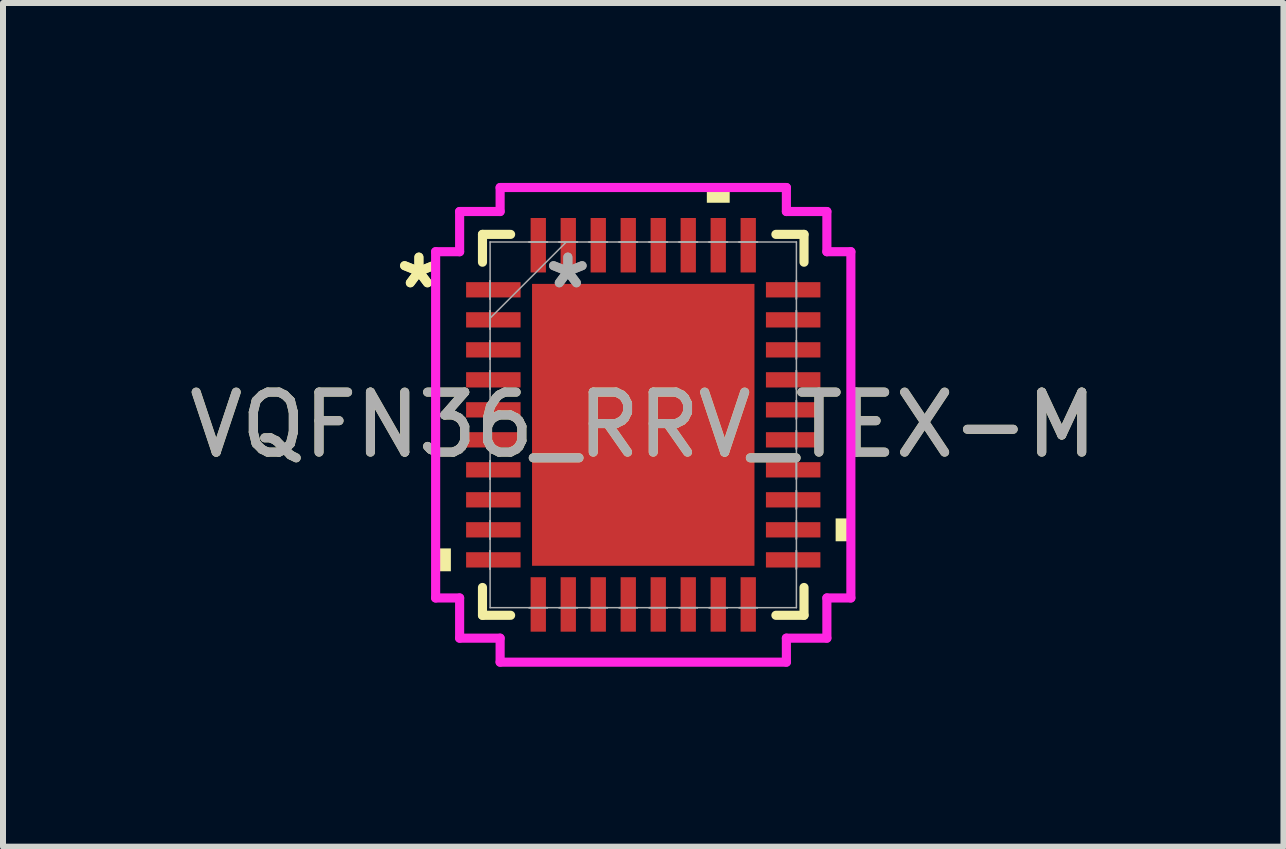
<source format=kicad_pcb>
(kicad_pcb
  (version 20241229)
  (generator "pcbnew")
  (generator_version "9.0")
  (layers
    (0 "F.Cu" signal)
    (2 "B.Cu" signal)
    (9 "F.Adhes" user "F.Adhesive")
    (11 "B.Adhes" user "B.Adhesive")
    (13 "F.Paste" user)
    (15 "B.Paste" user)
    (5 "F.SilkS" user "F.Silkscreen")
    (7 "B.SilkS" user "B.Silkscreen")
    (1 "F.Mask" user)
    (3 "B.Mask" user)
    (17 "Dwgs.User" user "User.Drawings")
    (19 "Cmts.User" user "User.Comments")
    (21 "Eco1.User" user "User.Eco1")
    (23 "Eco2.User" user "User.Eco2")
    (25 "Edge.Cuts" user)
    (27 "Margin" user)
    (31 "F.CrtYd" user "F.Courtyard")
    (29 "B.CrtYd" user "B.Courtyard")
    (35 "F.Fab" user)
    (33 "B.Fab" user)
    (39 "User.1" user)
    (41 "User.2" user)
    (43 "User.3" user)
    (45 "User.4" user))
  (footprint "VQFN36_RRV_TEX-M"
    (layer "F.Cu")
    (at 7.673 4.032)
    (property "Reference" "VQFN36_RRV_TEX-M" (at 0 0 0) (unlocked yes) (layer "F.SilkS") (effects (font (size 1 1) (thickness 0.15))))
    (attr smd)
    (fp_line (start -2.68 -3.175) (end -2.68 -2.711) (stroke (width 0.152) (type solid)) (layer "F.SilkS"))
    (fp_line (start -2.68 2.711) (end -2.68 3.175) (stroke (width 0.152) (type solid)) (layer "F.SilkS"))
    (fp_line (start -2.68 3.175) (end -2.211 3.175) (stroke (width 0.152) (type solid)) (layer "F.SilkS"))
    (fp_line (start -2.211 -3.175) (end -2.68 -3.175) (stroke (width 0.152) (type solid)) (layer "F.SilkS"))
    (fp_line (start 2.211 3.175) (end 2.68 3.175) (stroke (width 0.152) (type solid)) (layer "F.SilkS"))
    (fp_line (start 2.68 -3.175) (end 2.211 -3.175) (stroke (width 0.152) (type solid)) (layer "F.SilkS"))
    (fp_line (start 2.68 -2.711) (end 2.68 -3.175) (stroke (width 0.152) (type solid)) (layer "F.SilkS"))
    (fp_line (start 2.68 3.175) (end 2.68 2.711) (stroke (width 0.152) (type solid)) (layer "F.SilkS"))
    (fp_poly (pts (xy -3.461 2.06) (xy -3.461 2.441) (xy -3.207 2.441) (xy -3.207 2.06)) (stroke (width 0) (type solid)) (fill yes) (layer "F.SilkS"))
    (fp_poly (pts (xy 1.06 -3.702) (xy 1.06 -3.956) (xy 1.441 -3.956) (xy 1.441 -3.702)) (stroke (width 0) (type solid)) (fill yes) (layer "F.SilkS"))
    (fp_poly (pts (xy 3.461 1.56) (xy 3.461 1.941) (xy 3.207 1.941) (xy 3.207 1.56)) (stroke (width 0) (type solid)) (fill yes) (layer "F.SilkS"))
    (fp_line (start -3.461 -2.886) (end -3.061 -2.886) (stroke (width 0.152) (type solid)) (layer "F.CrtYd"))
    (fp_line (start -3.461 2.886) (end -3.461 -2.886) (stroke (width 0.152) (type solid)) (layer "F.CrtYd"))
    (fp_line (start -3.061 -3.556) (end -2.386 -3.556) (stroke (width 0.152) (type solid)) (layer "F.CrtYd"))
    (fp_line (start -3.061 -2.886) (end -3.061 -3.556) (stroke (width 0.152) (type solid)) (layer "F.CrtYd"))
    (fp_line (start -3.061 2.886) (end -3.461 2.886) (stroke (width 0.152) (type solid)) (layer "F.CrtYd"))
    (fp_line (start -3.061 3.556) (end -3.061 2.886) (stroke (width 0.152) (type solid)) (layer "F.CrtYd"))
    (fp_line (start -2.386 -3.956) (end 2.386 -3.956) (stroke (width 0.152) (type solid)) (layer "F.CrtYd"))
    (fp_line (start -2.386 -3.556) (end -2.386 -3.956) (stroke (width 0.152) (type solid)) (layer "F.CrtYd"))
    (fp_line (start -2.386 3.556) (end -3.061 3.556) (stroke (width 0.152) (type solid)) (layer "F.CrtYd"))
    (fp_line (start -2.386 3.956) (end -2.386 3.556) (stroke (width 0.152) (type solid)) (layer "F.CrtYd"))
    (fp_line (start 2.386 -3.956) (end 2.386 -3.556) (stroke (width 0.152) (type solid)) (layer "F.CrtYd"))
    (fp_line (start 2.386 -3.556) (end 3.061 -3.556) (stroke (width 0.152) (type solid)) (layer "F.CrtYd"))
    (fp_line (start 2.386 3.556) (end 2.386 3.956) (stroke (width 0.152) (type solid)) (layer "F.CrtYd"))
    (fp_line (start 2.386 3.956) (end -2.386 3.956) (stroke (width 0.152) (type solid)) (layer "F.CrtYd"))
    (fp_line (start 3.061 -3.556) (end 3.061 -2.886) (stroke (width 0.152) (type solid)) (layer "F.CrtYd"))
    (fp_line (start 3.061 -2.886) (end 3.461 -2.886) (stroke (width 0.152) (type solid)) (layer "F.CrtYd"))
    (fp_line (start 3.061 2.886) (end 3.061 3.556) (stroke (width 0.152) (type solid)) (layer "F.CrtYd"))
    (fp_line (start 3.061 3.556) (end 2.386 3.556) (stroke (width 0.152) (type solid)) (layer "F.CrtYd"))
    (fp_line (start 3.461 -2.886) (end 3.461 2.886) (stroke (width 0.152) (type solid)) (layer "F.CrtYd"))
    (fp_line (start 3.461 2.886) (end 3.061 2.886) (stroke (width 0.152) (type solid)) (layer "F.CrtYd"))
    (fp_line (start -2.553 -3.048) (end -2.553 3.048) (stroke (width 0.025) (type solid)) (layer "F.Fab"))
    (fp_line (start -2.553 -2.403) (end -2.553 -2.403) (stroke (width 0.025) (type solid)) (layer "F.Fab"))
    (fp_line (start -2.553 -2.403) (end -2.553 -2.098) (stroke (width 0.025) (type solid)) (layer "F.Fab"))
    (fp_line (start -2.553 -2.098) (end -2.553 -2.403) (stroke (width 0.025) (type solid)) (layer "F.Fab"))
    (fp_line (start -2.553 -2.098) (end -2.553 -2.098) (stroke (width 0.025) (type solid)) (layer "F.Fab"))
    (fp_line (start -2.553 -1.903) (end -2.553 -1.903) (stroke (width 0.025) (type solid)) (layer "F.Fab"))
    (fp_line (start -2.553 -1.903) (end -2.553 -1.598) (stroke (width 0.025) (type solid)) (layer "F.Fab"))
    (fp_line (start -2.553 -1.778) (end -1.283 -3.048) (stroke (width 0.025) (type solid)) (layer "F.Fab"))
    (fp_line (start -2.553 -1.598) (end -2.553 -1.903) (stroke (width 0.025) (type solid)) (layer "F.Fab"))
    (fp_line (start -2.553 -1.598) (end -2.553 -1.598) (stroke (width 0.025) (type solid)) (layer "F.Fab"))
    (fp_line (start -2.553 -1.403) (end -2.553 -1.403) (stroke (width 0.025) (type solid)) (layer "F.Fab"))
    (fp_line (start -2.553 -1.403) (end -2.553 -1.098) (stroke (width 0.025) (type solid)) (layer "F.Fab"))
    (fp_line (start -2.553 -1.098) (end -2.553 -1.403) (stroke (width 0.025) (type solid)) (layer "F.Fab"))
    (fp_line (start -2.553 -1.098) (end -2.553 -1.098) (stroke (width 0.025) (type solid)) (layer "F.Fab"))
    (fp_line (start -2.553 -0.903) (end -2.553 -0.903) (stroke (width 0.025) (type solid)) (layer "F.Fab"))
    (fp_line (start -2.553 -0.903) (end -2.553 -0.598) (stroke (width 0.025) (type solid)) (layer "F.Fab"))
    (fp_line (start -2.553 -0.598) (end -2.553 -0.903) (stroke (width 0.025) (type solid)) (layer "F.Fab"))
    (fp_line (start -2.553 -0.598) (end -2.553 -0.598) (stroke (width 0.025) (type solid)) (layer "F.Fab"))
    (fp_line (start -2.553 -0.402) (end -2.553 -0.402) (stroke (width 0.025) (type solid)) (layer "F.Fab"))
    (fp_line (start -2.553 -0.402) (end -2.553 -0.098) (stroke (width 0.025) (type solid)) (layer "F.Fab"))
    (fp_line (start -2.553 -0.098) (end -2.553 -0.402) (stroke (width 0.025) (type solid)) (layer "F.Fab"))
    (fp_line (start -2.553 -0.098) (end -2.553 -0.098) (stroke (width 0.025) (type solid)) (layer "F.Fab"))
    (fp_line (start -2.553 0.098) (end -2.553 0.098) (stroke (width 0.025) (type solid)) (layer "F.Fab"))
    (fp_line (start -2.553 0.098) (end -2.553 0.402) (stroke (width 0.025) (type solid)) (layer "F.Fab"))
    (fp_line (start -2.553 0.402) (end -2.553 0.098) (stroke (width 0.025) (type solid)) (layer "F.Fab"))
    (fp_line (start -2.553 0.402) (end -2.553 0.402) (stroke (width 0.025) (type solid)) (layer "F.Fab"))
    (fp_line (start -2.553 0.598) (end -2.553 0.598) (stroke (width 0.025) (type solid)) (layer "F.Fab"))
    (fp_line (start -2.553 0.598) (end -2.553 0.903) (stroke (width 0.025) (type solid)) (layer "F.Fab"))
    (fp_line (start -2.553 0.903) (end -2.553 0.598) (stroke (width 0.025) (type solid)) (layer "F.Fab"))
    (fp_line (start -2.553 0.903) (end -2.553 0.903) (stroke (width 0.025) (type solid)) (layer "F.Fab"))
    (fp_line (start -2.553 1.098) (end -2.553 1.098) (stroke (width 0.025) (type solid)) (layer "F.Fab"))
    (fp_line (start -2.553 1.098) (end -2.553 1.403) (stroke (width 0.025) (type solid)) (layer "F.Fab"))
    (fp_line (start -2.553 1.403) (end -2.553 1.098) (stroke (width 0.025) (type solid)) (layer "F.Fab"))
    (fp_line (start -2.553 1.403) (end -2.553 1.403) (stroke (width 0.025) (type solid)) (layer "F.Fab"))
    (fp_line (start -2.553 1.598) (end -2.553 1.598) (stroke (width 0.025) (type solid)) (layer "F.Fab"))
    (fp_line (start -2.553 1.598) (end -2.553 1.903) (stroke (width 0.025) (type solid)) (layer "F.Fab"))
    (fp_line (start -2.553 1.903) (end -2.553 1.598) (stroke (width 0.025) (type solid)) (layer "F.Fab"))
    (fp_line (start -2.553 1.903) (end -2.553 1.903) (stroke (width 0.025) (type solid)) (layer "F.Fab"))
    (fp_line (start -2.553 2.098) (end -2.553 2.098) (stroke (width 0.025) (type solid)) (layer "F.Fab"))
    (fp_line (start -2.553 2.098) (end -2.553 2.403) (stroke (width 0.025) (type solid)) (layer "F.Fab"))
    (fp_line (start -2.553 2.403) (end -2.553 2.098) (stroke (width 0.025) (type solid)) (layer "F.Fab"))
    (fp_line (start -2.553 2.403) (end -2.553 2.403) (stroke (width 0.025) (type solid)) (layer "F.Fab"))
    (fp_line (start -2.553 3.048) (end 2.553 3.048) (stroke (width 0.025) (type solid)) (layer "F.Fab"))
    (fp_line (start -1.903 -3.048) (end -1.903 -3.048) (stroke (width 0.025) (type solid)) (layer "F.Fab"))
    (fp_line (start -1.903 -3.048) (end -1.598 -3.048) (stroke (width 0.025) (type solid)) (layer "F.Fab"))
    (fp_line (start -1.903 3.048) (end -1.903 3.048) (stroke (width 0.025) (type solid)) (layer "F.Fab"))
    (fp_line (start -1.903 3.048) (end -1.598 3.048) (stroke (width 0.025) (type solid)) (layer "F.Fab"))
    (fp_line (start -1.598 -3.048) (end -1.903 -3.048) (stroke (width 0.025) (type solid)) (layer "F.Fab"))
    (fp_line (start -1.598 -3.048) (end -1.598 -3.048) (stroke (width 0.025) (type solid)) (layer "F.Fab"))
    (fp_line (start -1.598 3.048) (end -1.903 3.048) (stroke (width 0.025) (type solid)) (layer "F.Fab"))
    (fp_line (start -1.598 3.048) (end -1.598 3.048) (stroke (width 0.025) (type solid)) (layer "F.Fab"))
    (fp_line (start -1.403 -3.048) (end -1.403 -3.048) (stroke (width 0.025) (type solid)) (layer "F.Fab"))
    (fp_line (start -1.403 -3.048) (end -1.098 -3.048) (stroke (width 0.025) (type solid)) (layer "F.Fab"))
    (fp_line (start -1.403 3.048) (end -1.403 3.048) (stroke (width 0.025) (type solid)) (layer "F.Fab"))
    (fp_line (start -1.403 3.048) (end -1.098 3.048) (stroke (width 0.025) (type solid)) (layer "F.Fab"))
    (fp_line (start -1.098 -3.048) (end -1.403 -3.048) (stroke (width 0.025) (type solid)) (layer "F.Fab"))
    (fp_line (start -1.098 -3.048) (end -1.098 -3.048) (stroke (width 0.025) (type solid)) (layer "F.Fab"))
    (fp_line (start -1.098 3.048) (end -1.403 3.048) (stroke (width 0.025) (type solid)) (layer "F.Fab"))
    (fp_line (start -1.098 3.048) (end -1.098 3.048) (stroke (width 0.025) (type solid)) (layer "F.Fab"))
    (fp_line (start -0.903 -3.048) (end -0.903 -3.048) (stroke (width 0.025) (type solid)) (layer "F.Fab"))
    (fp_line (start -0.903 -3.048) (end -0.598 -3.048) (stroke (width 0.025) (type solid)) (layer "F.Fab"))
    (fp_line (start -0.903 3.048) (end -0.903 3.048) (stroke (width 0.025) (type solid)) (layer "F.Fab"))
    (fp_line (start -0.903 3.048) (end -0.598 3.048) (stroke (width 0.025) (type solid)) (layer "F.Fab"))
    (fp_line (start -0.598 -3.048) (end -0.903 -3.048) (stroke (width 0.025) (type solid)) (layer "F.Fab"))
    (fp_line (start -0.598 -3.048) (end -0.598 -3.048) (stroke (width 0.025) (type solid)) (layer "F.Fab"))
    (fp_line (start -0.598 3.048) (end -0.903 3.048) (stroke (width 0.025) (type solid)) (layer "F.Fab"))
    (fp_line (start -0.598 3.048) (end -0.598 3.048) (stroke (width 0.025) (type solid)) (layer "F.Fab"))
    (fp_line (start -0.402 -3.048) (end -0.402 -3.048) (stroke (width 0.025) (type solid)) (layer "F.Fab"))
    (fp_line (start -0.402 -3.048) (end -0.098 -3.048) (stroke (width 0.025) (type solid)) (layer "F.Fab"))
    (fp_line (start -0.402 3.048) (end -0.402 3.048) (stroke (width 0.025) (type solid)) (layer "F.Fab"))
    (fp_line (start -0.402 3.048) (end -0.098 3.048) (stroke (width 0.025) (type solid)) (layer "F.Fab"))
    (fp_line (start -0.098 -3.048) (end -0.402 -3.048) (stroke (width 0.025) (type solid)) (layer "F.Fab"))
    (fp_line (start -0.098 -3.048) (end -0.098 -3.048) (stroke (width 0.025) (type solid)) (layer "F.Fab"))
    (fp_line (start -0.098 3.048) (end -0.402 3.048) (stroke (width 0.025) (type solid)) (layer "F.Fab"))
    (fp_line (start -0.098 3.048) (end -0.098 3.048) (stroke (width 0.025) (type solid)) (layer "F.Fab"))
    (fp_line (start 0.098 -3.048) (end 0.098 -3.048) (stroke (width 0.025) (type solid)) (layer "F.Fab"))
    (fp_line (start 0.098 -3.048) (end 0.402 -3.048) (stroke (width 0.025) (type solid)) (layer "F.Fab"))
    (fp_line (start 0.098 3.048) (end 0.098 3.048) (stroke (width 0.025) (type solid)) (layer "F.Fab"))
    (fp_line (start 0.098 3.048) (end 0.402 3.048) (stroke (width 0.025) (type solid)) (layer "F.Fab"))
    (fp_line (start 0.402 -3.048) (end 0.098 -3.048) (stroke (width 0.025) (type solid)) (layer "F.Fab"))
    (fp_line (start 0.402 -3.048) (end 0.402 -3.048) (stroke (width 0.025) (type solid)) (layer "F.Fab"))
    (fp_line (start 0.402 3.048) (end 0.098 3.048) (stroke (width 0.025) (type solid)) (layer "F.Fab"))
    (fp_line (start 0.402 3.048) (end 0.402 3.048) (stroke (width 0.025) (type solid)) (layer "F.Fab"))
    (fp_line (start 0.598 -3.048) (end 0.598 -3.048) (stroke (width 0.025) (type solid)) (layer "F.Fab"))
    (fp_line (start 0.598 -3.048) (end 0.903 -3.048) (stroke (width 0.025) (type solid)) (layer "F.Fab"))
    (fp_line (start 0.598 3.048) (end 0.598 3.048) (stroke (width 0.025) (type solid)) (layer "F.Fab"))
    (fp_line (start 0.598 3.048) (end 0.903 3.048) (stroke (width 0.025) (type solid)) (layer "F.Fab"))
    (fp_line (start 0.903 -3.048) (end 0.598 -3.048) (stroke (width 0.025) (type solid)) (layer "F.Fab"))
    (fp_line (start 0.903 -3.048) (end 0.903 -3.048) (stroke (width 0.025) (type solid)) (layer "F.Fab"))
    (fp_line (start 0.903 3.048) (end 0.598 3.048) (stroke (width 0.025) (type solid)) (layer "F.Fab"))
    (fp_line (start 0.903 3.048) (end 0.903 3.048) (stroke (width 0.025) (type solid)) (layer "F.Fab"))
    (fp_line (start 1.098 -3.048) (end 1.098 -3.048) (stroke (width 0.025) (type solid)) (layer "F.Fab"))
    (fp_line (start 1.098 -3.048) (end 1.403 -3.048) (stroke (width 0.025) (type solid)) (layer "F.Fab"))
    (fp_line (start 1.098 3.048) (end 1.098 3.048) (stroke (width 0.025) (type solid)) (layer "F.Fab"))
    (fp_line (start 1.098 3.048) (end 1.403 3.048) (stroke (width 0.025) (type solid)) (layer "F.Fab"))
    (fp_line (start 1.403 -3.048) (end 1.098 -3.048) (stroke (width 0.025) (type solid)) (layer "F.Fab"))
    (fp_line (start 1.403 -3.048) (end 1.403 -3.048) (stroke (width 0.025) (type solid)) (layer "F.Fab"))
    (fp_line (start 1.403 3.048) (end 1.098 3.048) (stroke (width 0.025) (type solid)) (layer "F.Fab"))
    (fp_line (start 1.403 3.048) (end 1.403 3.048) (stroke (width 0.025) (type solid)) (layer "F.Fab"))
    (fp_line (start 1.598 -3.048) (end 1.598 -3.048) (stroke (width 0.025) (type solid)) (layer "F.Fab"))
    (fp_line (start 1.598 -3.048) (end 1.903 -3.048) (stroke (width 0.025) (type solid)) (layer "F.Fab"))
    (fp_line (start 1.598 3.048) (end 1.598 3.048) (stroke (width 0.025) (type solid)) (layer "F.Fab"))
    (fp_line (start 1.598 3.048) (end 1.903 3.048) (stroke (width 0.025) (type solid)) (layer "F.Fab"))
    (fp_line (start 1.903 -3.048) (end 1.598 -3.048) (stroke (width 0.025) (type solid)) (layer "F.Fab"))
    (fp_line (start 1.903 -3.048) (end 1.903 -3.048) (stroke (width 0.025) (type solid)) (layer "F.Fab"))
    (fp_line (start 1.903 3.048) (end 1.598 3.048) (stroke (width 0.025) (type solid)) (layer "F.Fab"))
    (fp_line (start 1.903 3.048) (end 1.903 3.048) (stroke (width 0.025) (type solid)) (layer "F.Fab"))
    (fp_line (start 2.553 -3.048) (end -2.553 -3.048) (stroke (width 0.025) (type solid)) (layer "F.Fab"))
    (fp_line (start 2.553 -2.403) (end 2.553 -2.403) (stroke (width 0.025) (type solid)) (layer "F.Fab"))
    (fp_line (start 2.553 -2.403) (end 2.553 -2.098) (stroke (width 0.025) (type solid)) (layer "F.Fab"))
    (fp_line (start 2.553 -2.098) (end 2.553 -2.403) (stroke (width 0.025) (type solid)) (layer "F.Fab"))
    (fp_line (start 2.553 -2.098) (end 2.553 -2.098) (stroke (width 0.025) (type solid)) (layer "F.Fab"))
    (fp_line (start 2.553 -1.903) (end 2.553 -1.903) (stroke (width 0.025) (type solid)) (layer "F.Fab"))
    (fp_line (start 2.553 -1.903) (end 2.553 -1.598) (stroke (width 0.025) (type solid)) (layer "F.Fab"))
    (fp_line (start 2.553 -1.598) (end 2.553 -1.903) (stroke (width 0.025) (type solid)) (layer "F.Fab"))
    (fp_line (start 2.553 -1.598) (end 2.553 -1.598) (stroke (width 0.025) (type solid)) (layer "F.Fab"))
    (fp_line (start 2.553 -1.403) (end 2.553 -1.403) (stroke (width 0.025) (type solid)) (layer "F.Fab"))
    (fp_line (start 2.553 -1.403) (end 2.553 -1.098) (stroke (width 0.025) (type solid)) (layer "F.Fab"))
    (fp_line (start 2.553 -1.098) (end 2.553 -1.403) (stroke (width 0.025) (type solid)) (layer "F.Fab"))
    (fp_line (start 2.553 -1.098) (end 2.553 -1.098) (stroke (width 0.025) (type solid)) (layer "F.Fab"))
    (fp_line (start 2.553 -0.903) (end 2.553 -0.903) (stroke (width 0.025) (type solid)) (layer "F.Fab"))
    (fp_line (start 2.553 -0.903) (end 2.553 -0.598) (stroke (width 0.025) (type solid)) (layer "F.Fab"))
    (fp_line (start 2.553 -0.598) (end 2.553 -0.903) (stroke (width 0.025) (type solid)) (layer "F.Fab"))
    (fp_line (start 2.553 -0.598) (end 2.553 -0.598) (stroke (width 0.025) (type solid)) (layer "F.Fab"))
    (fp_line (start 2.553 -0.402) (end 2.553 -0.402) (stroke (width 0.025) (type solid)) (layer "F.Fab"))
    (fp_line (start 2.553 -0.402) (end 2.553 -0.098) (stroke (width 0.025) (type solid)) (layer "F.Fab"))
    (fp_line (start 2.553 -0.098) (end 2.553 -0.402) (stroke (width 0.025) (type solid)) (layer "F.Fab"))
    (fp_line (start 2.553 -0.098) (end 2.553 -0.098) (stroke (width 0.025) (type solid)) (layer "F.Fab"))
    (fp_line (start 2.553 0.098) (end 2.553 0.098) (stroke (width 0.025) (type solid)) (layer "F.Fab"))
    (fp_line (start 2.553 0.098) (end 2.553 0.402) (stroke (width 0.025) (type solid)) (layer "F.Fab"))
    (fp_line (start 2.553 0.402) (end 2.553 0.098) (stroke (width 0.025) (type solid)) (layer "F.Fab"))
    (fp_line (start 2.553 0.402) (end 2.553 0.402) (stroke (width 0.025) (type solid)) (layer "F.Fab"))
    (fp_line (start 2.553 0.598) (end 2.553 0.598) (stroke (width 0.025) (type solid)) (layer "F.Fab"))
    (fp_line (start 2.553 0.598) (end 2.553 0.903) (stroke (width 0.025) (type solid)) (layer "F.Fab"))
    (fp_line (start 2.553 0.903) (end 2.553 0.598) (stroke (width 0.025) (type solid)) (layer "F.Fab"))
    (fp_line (start 2.553 0.903) (end 2.553 0.903) (stroke (width 0.025) (type solid)) (layer "F.Fab"))
    (fp_line (start 2.553 1.098) (end 2.553 1.098) (stroke (width 0.025) (type solid)) (layer "F.Fab"))
    (fp_line (start 2.553 1.098) (end 2.553 1.403) (stroke (width 0.025) (type solid)) (layer "F.Fab"))
    (fp_line (start 2.553 1.403) (end 2.553 1.098) (stroke (width 0.025) (type solid)) (layer "F.Fab"))
    (fp_line (start 2.553 1.403) (end 2.553 1.403) (stroke (width 0.025) (type solid)) (layer "F.Fab"))
    (fp_line (start 2.553 1.598) (end 2.553 1.598) (stroke (width 0.025) (type solid)) (layer "F.Fab"))
    (fp_line (start 2.553 1.598) (end 2.553 1.903) (stroke (width 0.025) (type solid)) (layer "F.Fab"))
    (fp_line (start 2.553 1.903) (end 2.553 1.598) (stroke (width 0.025) (type solid)) (layer "F.Fab"))
    (fp_line (start 2.553 1.903) (end 2.553 1.903) (stroke (width 0.025) (type solid)) (layer "F.Fab"))
    (fp_line (start 2.553 2.098) (end 2.553 2.098) (stroke (width 0.025) (type solid)) (layer "F.Fab"))
    (fp_line (start 2.553 2.098) (end 2.553 2.403) (stroke (width 0.025) (type solid)) (layer "F.Fab"))
    (fp_line (start 2.553 2.403) (end 2.553 2.098) (stroke (width 0.025) (type solid)) (layer "F.Fab"))
    (fp_line (start 2.553 2.403) (end 2.553 2.403) (stroke (width 0.025) (type solid)) (layer "F.Fab"))
    (fp_line (start 2.553 3.048) (end 2.553 -3.048) (stroke (width 0.025) (type solid)) (layer "F.Fab"))
    (fp_text user "*" (at -3.74 -2.251 0) (layer "F.SilkS") (effects (font (size 1 1) (thickness 0.15))))
    (fp_text user "*" (at -3.74 -2.251 0) (unlocked yes) (layer "F.SilkS") (effects (font (size 1 1) (thickness 0.15))))
    (fp_text user "${REFERENCE}" (at 0 0 0) (unlocked yes) (layer "F.Fab") (effects (font (size 1 1) (thickness 0.15))))
    (fp_text user "*" (at -1.257 -2.251 0) (layer "F.Fab") (effects (font (size 1 1) (thickness 0.15))))
    (fp_text user "*" (at -1.257 -2.251 0) (unlocked yes) (layer "F.Fab") (effects (font (size 1 1) (thickness 0.15))))
    (pad "1" smd rect (at -2.499 -2.251 90) (size 0.255 0.908) (layers "F.Cu" "F.Mask" "F.Paste"))
    (pad "2" smd rect (at -2.499 -1.75 90) (size 0.255 0.908) (layers "F.Cu" "F.Mask" "F.Paste"))
    (pad "3" smd rect (at -2.499 -1.25 90) (size 0.255 0.908) (layers "F.Cu" "F.Mask" "F.Paste"))
    (pad "4" smd rect (at -2.499 -0.75 90) (size 0.255 0.908) (layers "F.Cu" "F.Mask" "F.Paste"))
    (pad "5" smd rect (at -2.499 -0.25 90) (size 0.255 0.908) (layers "F.Cu" "F.Mask" "F.Paste"))
    (pad "6" smd rect (at -2.499 0.25 90) (size 0.255 0.908) (layers "F.Cu" "F.Mask" "F.Paste"))
    (pad "7" smd rect (at -2.499 0.75 90) (size 0.255 0.908) (layers "F.Cu" "F.Mask" "F.Paste"))
    (pad "8" smd rect (at -2.499 1.25 90) (size 0.255 0.908) (layers "F.Cu" "F.Mask" "F.Paste"))
    (pad "9" smd rect (at -2.499 1.75 90) (size 0.255 0.908) (layers "F.Cu" "F.Mask" "F.Paste"))
    (pad "10" smd rect (at -2.499 2.251 90) (size 0.255 0.908) (layers "F.Cu" "F.Mask" "F.Paste"))
    (pad "11" smd rect (at -1.75 2.994) (size 0.255 0.908) (layers "F.Cu" "F.Mask" "F.Paste"))
    (pad "12" smd rect (at -1.25 2.994) (size 0.255 0.908) (layers "F.Cu" "F.Mask" "F.Paste"))
    (pad "13" smd rect (at -0.75 2.994) (size 0.255 0.908) (layers "F.Cu" "F.Mask" "F.Paste"))
    (pad "14" smd rect (at -0.25 2.994) (size 0.255 0.908) (layers "F.Cu" "F.Mask" "F.Paste"))
    (pad "15" smd rect (at 0.25 2.994) (size 0.255 0.908) (layers "F.Cu" "F.Mask" "F.Paste"))
    (pad "16" smd rect (at 0.75 2.994) (size 0.255 0.908) (layers "F.Cu" "F.Mask" "F.Paste"))
    (pad "17" smd rect (at 1.25 2.994) (size 0.255 0.908) (layers "F.Cu" "F.Mask" "F.Paste"))
    (pad "18" smd rect (at 1.75 2.994) (size 0.255 0.908) (layers "F.Cu" "F.Mask" "F.Paste"))
    (pad "19" smd rect (at 2.499 2.251 90) (size 0.255 0.908) (layers "F.Cu" "F.Mask" "F.Paste"))
    (pad "20" smd rect (at 2.499 1.75 90) (size 0.255 0.908) (layers "F.Cu" "F.Mask" "F.Paste"))
    (pad "21" smd rect (at 2.499 1.25 90) (size 0.255 0.908) (layers "F.Cu" "F.Mask" "F.Paste"))
    (pad "22" smd rect (at 2.499 0.75 90) (size 0.255 0.908) (layers "F.Cu" "F.Mask" "F.Paste"))
    (pad "23" smd rect (at 2.499 0.25 90) (size 0.255 0.908) (layers "F.Cu" "F.Mask" "F.Paste"))
    (pad "24" smd rect (at 2.499 -0.25 90) (size 0.255 0.908) (layers "F.Cu" "F.Mask" "F.Paste"))
    (pad "25" smd rect (at 2.499 -0.75 90) (size 0.255 0.908) (layers "F.Cu" "F.Mask" "F.Paste"))
    (pad "26" smd rect (at 2.499 -1.25 90) (size 0.255 0.908) (layers "F.Cu" "F.Mask" "F.Paste"))
    (pad "27" smd rect (at 2.499 -1.75 90) (size 0.255 0.908) (layers "F.Cu" "F.Mask" "F.Paste"))
    (pad "28" smd rect (at 2.499 -2.251 90) (size 0.255 0.908) (layers "F.Cu" "F.Mask" "F.Paste"))
    (pad "29" smd rect (at 1.75 -2.994) (size 0.255 0.908) (layers "F.Cu" "F.Mask" "F.Paste"))
    (pad "30" smd rect (at 1.25 -2.994) (size 0.255 0.908) (layers "F.Cu" "F.Mask" "F.Paste"))
    (pad "31" smd rect (at 0.75 -2.994) (size 0.255 0.908) (layers "F.Cu" "F.Mask" "F.Paste"))
    (pad "32" smd rect (at 0.25 -2.994) (size 0.255 0.908) (layers "F.Cu" "F.Mask" "F.Paste"))
    (pad "33" smd rect (at -0.25 -2.994) (size 0.255 0.908) (layers "F.Cu" "F.Mask" "F.Paste"))
    (pad "34" smd rect (at -0.75 -2.994) (size 0.255 0.908) (layers "F.Cu" "F.Mask" "F.Paste"))
    (pad "35" smd rect (at -1.25 -2.994) (size 0.255 0.908) (layers "F.Cu" "F.Mask" "F.Paste"))
    (pad "36" smd rect (at -1.75 -2.994) (size 0.255 0.908) (layers "F.Cu" "F.Mask" "F.Paste"))
    (pad "37" smd rect (at 0 0) (size 3.708 4.699) (layers "F.Cu" "F.Mask" "F.Paste")))
  (gr_rect
    (start -3 -3)
    (end 18.345 11.064)
    (stroke (width 0.1) (type default))
    (fill no)
    (layer "Edge.Cuts")))
</source>
